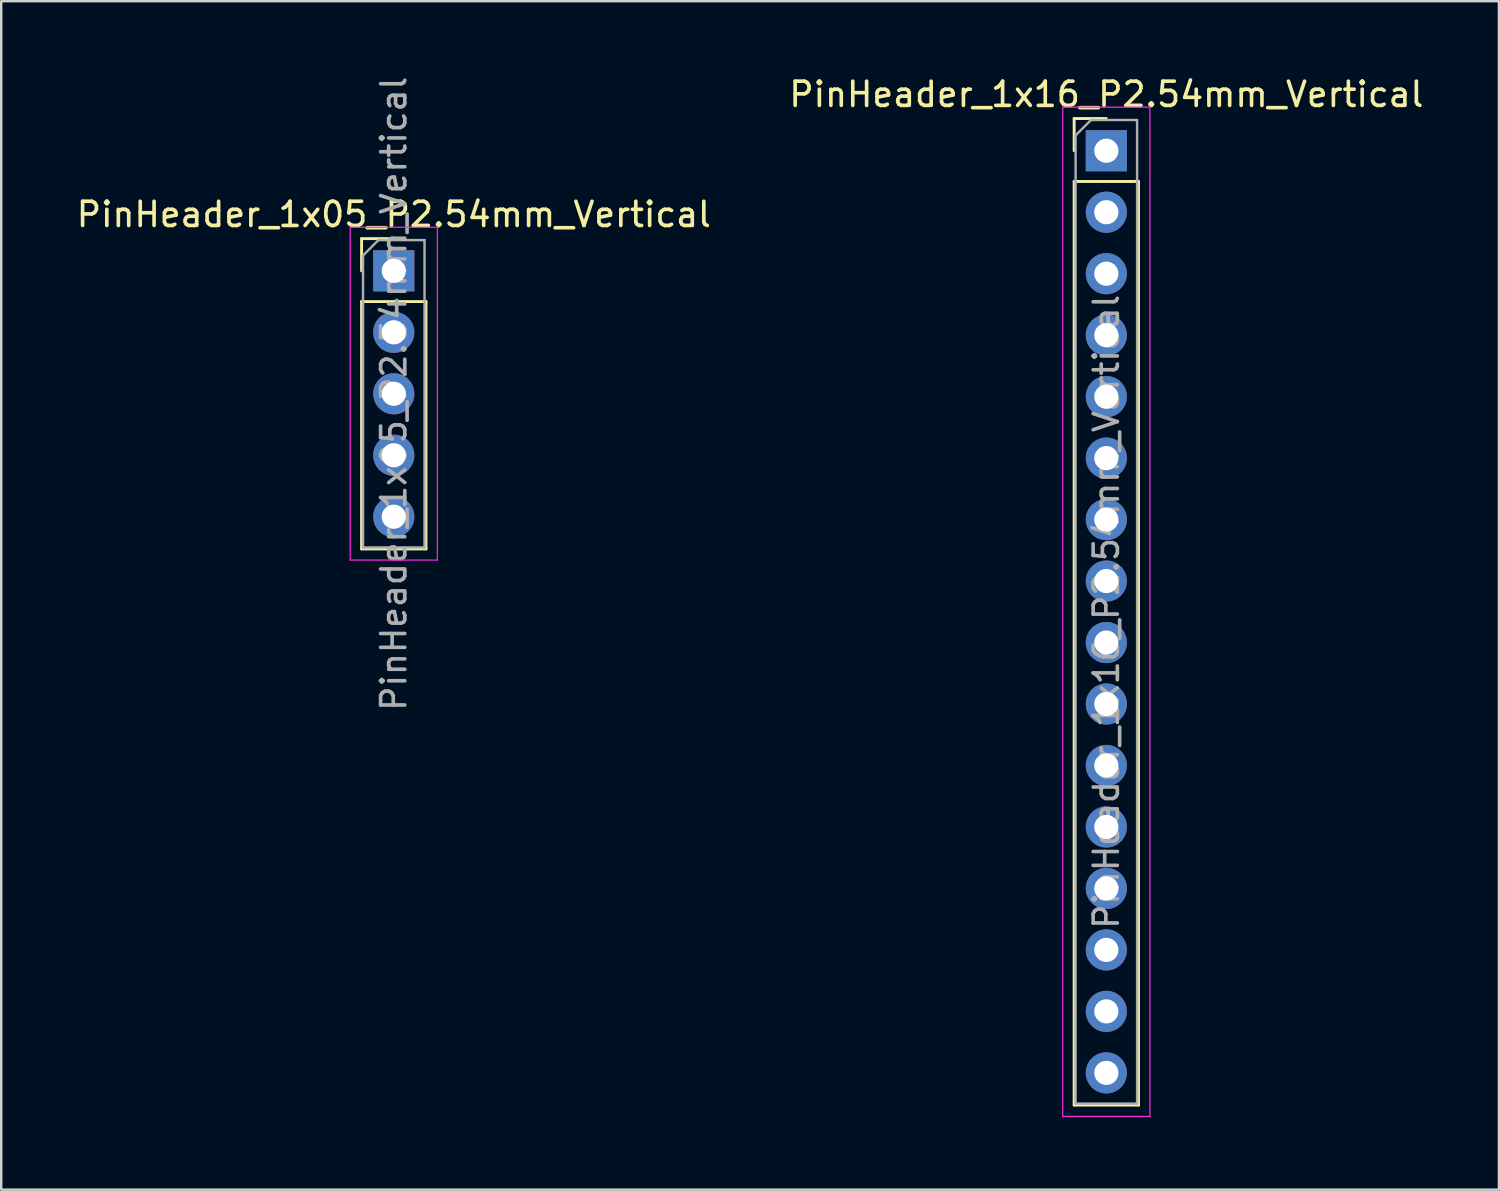
<source format=kicad_pcb>
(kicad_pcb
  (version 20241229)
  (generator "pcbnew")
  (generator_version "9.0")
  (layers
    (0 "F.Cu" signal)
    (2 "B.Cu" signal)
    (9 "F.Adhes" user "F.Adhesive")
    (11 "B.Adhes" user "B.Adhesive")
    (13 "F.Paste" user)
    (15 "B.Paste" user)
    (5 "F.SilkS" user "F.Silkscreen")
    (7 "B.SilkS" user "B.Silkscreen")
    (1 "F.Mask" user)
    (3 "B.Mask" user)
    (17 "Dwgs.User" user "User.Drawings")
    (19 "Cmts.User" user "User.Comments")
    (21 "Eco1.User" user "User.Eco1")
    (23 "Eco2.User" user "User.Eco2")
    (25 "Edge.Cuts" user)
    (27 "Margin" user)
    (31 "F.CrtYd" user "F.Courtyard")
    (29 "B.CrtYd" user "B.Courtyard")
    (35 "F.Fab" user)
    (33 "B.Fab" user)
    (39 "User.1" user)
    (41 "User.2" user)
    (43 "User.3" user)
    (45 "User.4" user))
  (footprint "PinHeader_1x16_P2.54mm_Vertical"
    (layer "F.Cu")
    (at 42.661 3.178)
    (property "Reference" "PinHeader_1x16_P2.54mm_Vertical" (at 0 -2.33 0) (layer "F.SilkS") (effects (font (size 1 1) (thickness 0.15))))
    (attr through_hole)
    (fp_line (start -1.33 -1.33) (end 0 -1.33) (stroke (width 0.12) (type solid)) (layer "F.SilkS"))
    (fp_line (start -1.33 0) (end -1.33 -1.33) (stroke (width 0.12) (type solid)) (layer "F.SilkS"))
    (fp_line (start -1.33 1.27) (end -1.33 39.43) (stroke (width 0.12) (type solid)) (layer "F.SilkS"))
    (fp_line (start -1.33 1.27) (end 1.33 1.27) (stroke (width 0.12) (type solid)) (layer "F.SilkS"))
    (fp_line (start -1.33 39.43) (end 1.33 39.43) (stroke (width 0.12) (type solid)) (layer "F.SilkS"))
    (fp_line (start 1.33 1.27) (end 1.33 39.43) (stroke (width 0.12) (type solid)) (layer "F.SilkS"))
    (fp_line (start -1.8 -1.8) (end -1.8 39.9) (stroke (width 0.05) (type solid)) (layer "F.CrtYd"))
    (fp_line (start -1.8 39.9) (end 1.8 39.9) (stroke (width 0.05) (type solid)) (layer "F.CrtYd"))
    (fp_line (start 1.8 -1.8) (end -1.8 -1.8) (stroke (width 0.05) (type solid)) (layer "F.CrtYd"))
    (fp_line (start 1.8 39.9) (end 1.8 -1.8) (stroke (width 0.05) (type solid)) (layer "F.CrtYd"))
    (fp_line (start -1.27 -0.635) (end -0.635 -1.27) (stroke (width 0.1) (type solid)) (layer "F.Fab"))
    (fp_line (start -1.27 39.37) (end -1.27 -0.635) (stroke (width 0.1) (type solid)) (layer "F.Fab"))
    (fp_line (start -0.635 -1.27) (end 1.27 -1.27) (stroke (width 0.1) (type solid)) (layer "F.Fab"))
    (fp_line (start 1.27 -1.27) (end 1.27 39.37) (stroke (width 0.1) (type solid)) (layer "F.Fab"))
    (fp_line (start 1.27 39.37) (end -1.27 39.37) (stroke (width 0.1) (type solid)) (layer "F.Fab"))
    (fp_text user "${REFERENCE}" (at 0 19.05 90) (layer "F.Fab") (effects (font (size 1 1) (thickness 0.15))))
    (pad "1" thru_hole rect (at 0 0) (size 1.7 1.7) (drill 1) (layers "*.Cu" "*.Mask"))
    (pad "2" thru_hole oval (at 0 2.54) (size 1.7 1.7) (drill 1) (layers "*.Cu" "*.Mask"))
    (pad "3" thru_hole oval (at 0 5.08) (size 1.7 1.7) (drill 1) (layers "*.Cu" "*.Mask"))
    (pad "4" thru_hole oval (at 0 7.62) (size 1.7 1.7) (drill 1) (layers "*.Cu" "*.Mask"))
    (pad "5" thru_hole oval (at 0 10.16) (size 1.7 1.7) (drill 1) (layers "*.Cu" "*.Mask"))
    (pad "6" thru_hole oval (at 0 12.7) (size 1.7 1.7) (drill 1) (layers "*.Cu" "*.Mask"))
    (pad "7" thru_hole oval (at 0 15.24) (size 1.7 1.7) (drill 1) (layers "*.Cu" "*.Mask"))
    (pad "8" thru_hole oval (at 0 17.78) (size 1.7 1.7) (drill 1) (layers "*.Cu" "*.Mask"))
    (pad "9" thru_hole oval (at 0 20.32) (size 1.7 1.7) (drill 1) (layers "*.Cu" "*.Mask"))
    (pad "10" thru_hole oval (at 0 22.86) (size 1.7 1.7) (drill 1) (layers "*.Cu" "*.Mask"))
    (pad "11" thru_hole oval (at 0 25.4) (size 1.7 1.7) (drill 1) (layers "*.Cu" "*.Mask"))
    (pad "12" thru_hole oval (at 0 27.94) (size 1.7 1.7) (drill 1) (layers "*.Cu" "*.Mask"))
    (pad "13" thru_hole oval (at 0 30.48) (size 1.7 1.7) (drill 1) (layers "*.Cu" "*.Mask"))
    (pad "14" thru_hole oval (at 0 33.02) (size 1.7 1.7) (drill 1) (layers "*.Cu" "*.Mask"))
    (pad "15" thru_hole oval (at 0 35.56) (size 1.7 1.7) (drill 1) (layers "*.Cu" "*.Mask"))
    (pad "16" thru_hole oval (at 0 38.1) (size 1.7 1.7) (drill 1) (layers "*.Cu" "*.Mask")))
  (footprint "PinHeader_1x05_P2.54mm_Vertical"
    (layer "F.Cu")
    (at 13.22 8.14)
    (property "Reference" "PinHeader_1x05_P2.54mm_Vertical" (at 0 -2.33 0) (layer "F.SilkS") (effects (font (size 1 1) (thickness 0.15))))
    (attr through_hole)
    (fp_line (start -1.33 -1.33) (end 0 -1.33) (stroke (width 0.12) (type solid)) (layer "F.SilkS"))
    (fp_line (start -1.33 0) (end -1.33 -1.33) (stroke (width 0.12) (type solid)) (layer "F.SilkS"))
    (fp_line (start -1.33 1.27) (end -1.33 11.49) (stroke (width 0.12) (type solid)) (layer "F.SilkS"))
    (fp_line (start -1.33 1.27) (end 1.33 1.27) (stroke (width 0.12) (type solid)) (layer "F.SilkS"))
    (fp_line (start -1.33 11.49) (end 1.33 11.49) (stroke (width 0.12) (type solid)) (layer "F.SilkS"))
    (fp_line (start 1.33 1.27) (end 1.33 11.49) (stroke (width 0.12) (type solid)) (layer "F.SilkS"))
    (fp_line (start -1.8 -1.8) (end -1.8 11.95) (stroke (width 0.05) (type solid)) (layer "F.CrtYd"))
    (fp_line (start -1.8 11.95) (end 1.8 11.95) (stroke (width 0.05) (type solid)) (layer "F.CrtYd"))
    (fp_line (start 1.8 -1.8) (end -1.8 -1.8) (stroke (width 0.05) (type solid)) (layer "F.CrtYd"))
    (fp_line (start 1.8 11.95) (end 1.8 -1.8) (stroke (width 0.05) (type solid)) (layer "F.CrtYd"))
    (fp_line (start -1.27 -0.635) (end -0.635 -1.27) (stroke (width 0.1) (type solid)) (layer "F.Fab"))
    (fp_line (start -1.27 11.43) (end -1.27 -0.635) (stroke (width 0.1) (type solid)) (layer "F.Fab"))
    (fp_line (start -0.635 -1.27) (end 1.27 -1.27) (stroke (width 0.1) (type solid)) (layer "F.Fab"))
    (fp_line (start 1.27 -1.27) (end 1.27 11.43) (stroke (width 0.1) (type solid)) (layer "F.Fab"))
    (fp_line (start 1.27 11.43) (end -1.27 11.43) (stroke (width 0.1) (type solid)) (layer "F.Fab"))
    (fp_text user "${REFERENCE}" (at 0 5.08 90) (layer "F.Fab") (effects (font (size 1 1) (thickness 0.15))))
    (pad "1" thru_hole rect (at 0 0) (size 1.7 1.7) (drill 1) (layers "*.Cu" "*.Mask"))
    (pad "2" thru_hole oval (at 0 2.54) (size 1.7 1.7) (drill 1) (layers "*.Cu" "*.Mask"))
    (pad "3" thru_hole oval (at 0 5.08) (size 1.7 1.7) (drill 1) (layers "*.Cu" "*.Mask"))
    (pad "4" thru_hole oval (at 0 7.62) (size 1.7 1.7) (drill 1) (layers "*.Cu" "*.Mask"))
    (pad "5" thru_hole oval (at 0 10.16) (size 1.7 1.7) (drill 1) (layers "*.Cu" "*.Mask")))
  (gr_rect
    (start -3 -3)
    (end 58.881 46.103)
    (stroke (width 0.1) (type default))
    (fill no)
    (layer "Edge.Cuts")))
</source>
